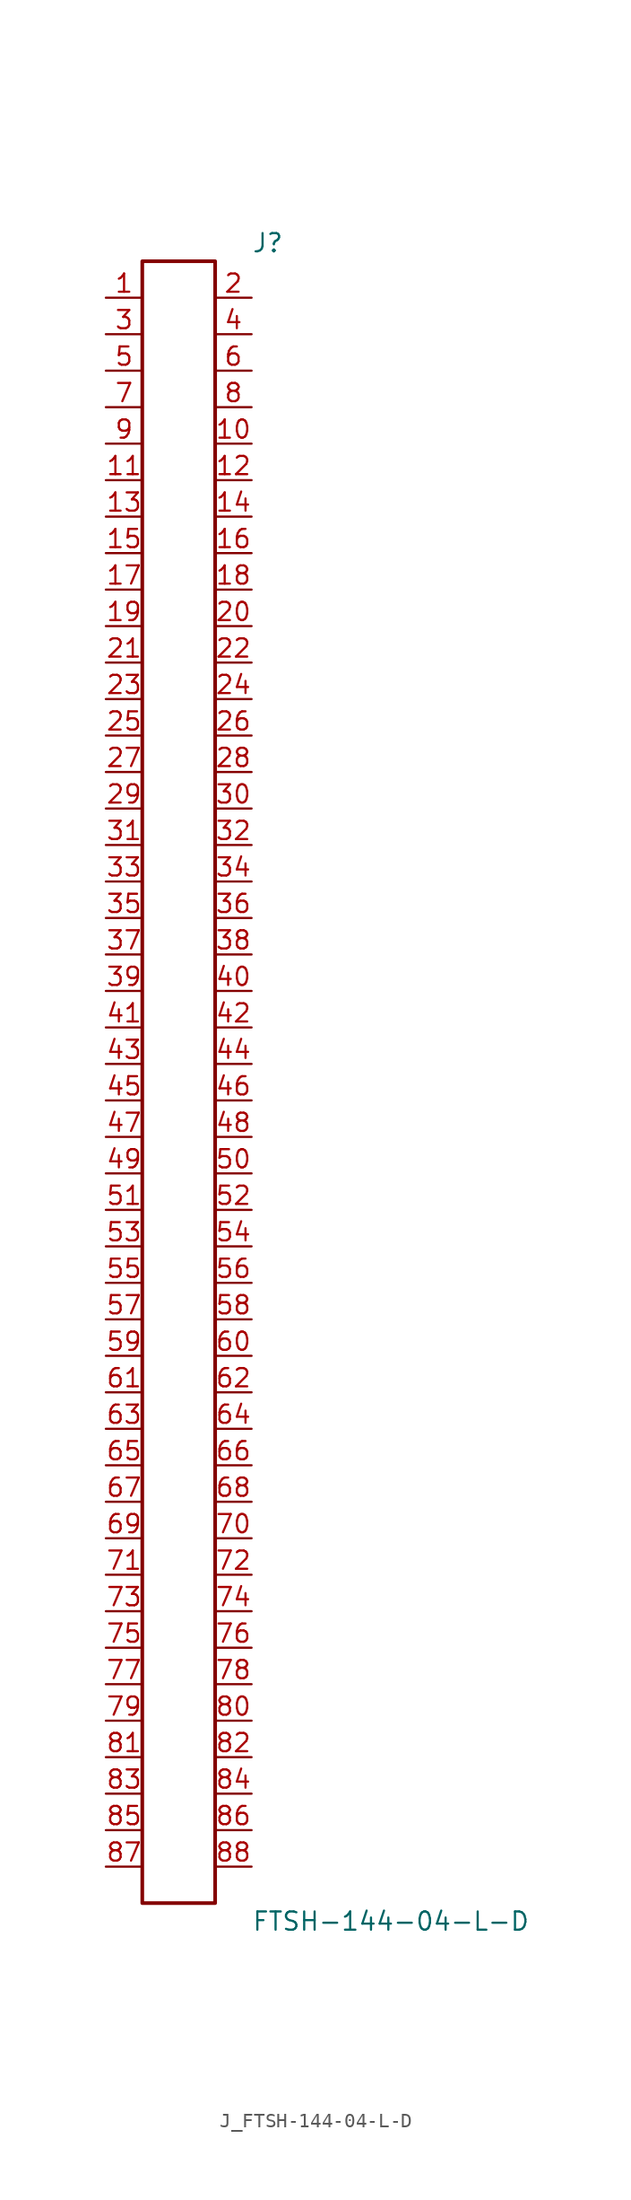
<source format=kicad_sym>
(kicad_symbol_lib
  (version 20231120)
  (generator kicad_symbol_editor)
  (generator_version 8.0)
  (symbol "J_FTSH-144-04-L-D"
    (pin_names
      (offset 0.254))
    (property "Reference" "J"
      (at 5.08 58.42 0)
      (effects (font (size 1.27 1.27)) (justify left)))
    (property "Value" "FTSH-144-04-L-D"
      (at 5.08 -58.42 0)
      (effects (font (size 1.27 1.27)) (justify left)))
    (symbol "J_FTSH-144-04-L-D_0_0"
      (pin passive line (at -5.08 54.61 0) (length 2.54) (name "" (effects (font (size 1.27 1.27)))) (number "1" (effects (font (size 1.27 1.27)))))
      (pin passive line (at 5.08 54.61 180) (length 2.54) (name "" (effects (font (size 1.27 1.27)))) (number "2" (effects (font (size 1.27 1.27)))))
      (pin passive line (at -5.08 52.07 0) (length 2.54) (name "" (effects (font (size 1.27 1.27)))) (number "3" (effects (font (size 1.27 1.27)))))
      (pin passive line (at 5.08 52.07 180) (length 2.54) (name "" (effects (font (size 1.27 1.27)))) (number "4" (effects (font (size 1.27 1.27)))))
      (pin passive line (at -5.08 49.53 0) (length 2.54) (name "" (effects (font (size 1.27 1.27)))) (number "5" (effects (font (size 1.27 1.27)))))
      (pin passive line (at 5.08 49.53 180) (length 2.54) (name "" (effects (font (size 1.27 1.27)))) (number "6" (effects (font (size 1.27 1.27)))))
      (pin passive line (at -5.08 46.99 0) (length 2.54) (name "" (effects (font (size 1.27 1.27)))) (number "7" (effects (font (size 1.27 1.27)))))
      (pin passive line (at 5.08 46.99 180) (length 2.54) (name "" (effects (font (size 1.27 1.27)))) (number "8" (effects (font (size 1.27 1.27)))))
      (pin passive line (at -5.08 44.45 0) (length 2.54) (name "" (effects (font (size 1.27 1.27)))) (number "9" (effects (font (size 1.27 1.27)))))
      (pin passive line (at 5.08 44.45 180) (length 2.54) (name "" (effects (font (size 1.27 1.27)))) (number "10" (effects (font (size 1.27 1.27)))))
      (pin passive line (at -5.08 41.91 0) (length 2.54) (name "" (effects (font (size 1.27 1.27)))) (number "11" (effects (font (size 1.27 1.27)))))
      (pin passive line (at 5.08 41.91 180) (length 2.54) (name "" (effects (font (size 1.27 1.27)))) (number "12" (effects (font (size 1.27 1.27)))))
      (pin passive line (at -5.08 39.37 0) (length 2.54) (name "" (effects (font (size 1.27 1.27)))) (number "13" (effects (font (size 1.27 1.27)))))
      (pin passive line (at 5.08 39.37 180) (length 2.54) (name "" (effects (font (size 1.27 1.27)))) (number "14" (effects (font (size 1.27 1.27)))))
      (pin passive line (at -5.08 36.83 0) (length 2.54) (name "" (effects (font (size 1.27 1.27)))) (number "15" (effects (font (size 1.27 1.27)))))
      (pin passive line (at 5.08 36.83 180) (length 2.54) (name "" (effects (font (size 1.27 1.27)))) (number "16" (effects (font (size 1.27 1.27)))))
      (pin passive line (at -5.08 34.29 0) (length 2.54) (name "" (effects (font (size 1.27 1.27)))) (number "17" (effects (font (size 1.27 1.27)))))
      (pin passive line (at 5.08 34.29 180) (length 2.54) (name "" (effects (font (size 1.27 1.27)))) (number "18" (effects (font (size 1.27 1.27)))))
      (pin passive line (at -5.08 31.75 0) (length 2.54) (name "" (effects (font (size 1.27 1.27)))) (number "19" (effects (font (size 1.27 1.27)))))
      (pin passive line (at 5.08 31.75 180) (length 2.54) (name "" (effects (font (size 1.27 1.27)))) (number "20" (effects (font (size 1.27 1.27)))))
      (pin passive line (at -5.08 29.21 0) (length 2.54) (name "" (effects (font (size 1.27 1.27)))) (number "21" (effects (font (size 1.27 1.27)))))
      (pin passive line (at 5.08 29.21 180) (length 2.54) (name "" (effects (font (size 1.27 1.27)))) (number "22" (effects (font (size 1.27 1.27)))))
      (pin passive line (at -5.08 26.67 0) (length 2.54) (name "" (effects (font (size 1.27 1.27)))) (number "23" (effects (font (size 1.27 1.27)))))
      (pin passive line (at 5.08 26.67 180) (length 2.54) (name "" (effects (font (size 1.27 1.27)))) (number "24" (effects (font (size 1.27 1.27)))))
      (pin passive line (at -5.08 24.13 0) (length 2.54) (name "" (effects (font (size 1.27 1.27)))) (number "25" (effects (font (size 1.27 1.27)))))
      (pin passive line (at 5.08 24.13 180) (length 2.54) (name "" (effects (font (size 1.27 1.27)))) (number "26" (effects (font (size 1.27 1.27)))))
      (pin passive line (at -5.08 21.59 0) (length 2.54) (name "" (effects (font (size 1.27 1.27)))) (number "27" (effects (font (size 1.27 1.27)))))
      (pin passive line (at 5.08 21.59 180) (length 2.54) (name "" (effects (font (size 1.27 1.27)))) (number "28" (effects (font (size 1.27 1.27)))))
      (pin passive line (at -5.08 19.05 0) (length 2.54) (name "" (effects (font (size 1.27 1.27)))) (number "29" (effects (font (size 1.27 1.27)))))
      (pin passive line (at 5.08 19.05 180) (length 2.54) (name "" (effects (font (size 1.27 1.27)))) (number "30" (effects (font (size 1.27 1.27)))))
      (pin passive line (at -5.08 16.51 0) (length 2.54) (name "" (effects (font (size 1.27 1.27)))) (number "31" (effects (font (size 1.27 1.27)))))
      (pin passive line (at 5.08 16.51 180) (length 2.54) (name "" (effects (font (size 1.27 1.27)))) (number "32" (effects (font (size 1.27 1.27)))))
      (pin passive line (at -5.08 13.97 0) (length 2.54) (name "" (effects (font (size 1.27 1.27)))) (number "33" (effects (font (size 1.27 1.27)))))
      (pin passive line (at 5.08 13.97 180) (length 2.54) (name "" (effects (font (size 1.27 1.27)))) (number "34" (effects (font (size 1.27 1.27)))))
      (pin passive line (at -5.08 11.43 0) (length 2.54) (name "" (effects (font (size 1.27 1.27)))) (number "35" (effects (font (size 1.27 1.27)))))
      (pin passive line (at 5.08 11.43 180) (length 2.54) (name "" (effects (font (size 1.27 1.27)))) (number "36" (effects (font (size 1.27 1.27)))))
      (pin passive line (at -5.08 8.89 0) (length 2.54) (name "" (effects (font (size 1.27 1.27)))) (number "37" (effects (font (size 1.27 1.27)))))
      (pin passive line (at 5.08 8.89 180) (length 2.54) (name "" (effects (font (size 1.27 1.27)))) (number "38" (effects (font (size 1.27 1.27)))))
      (pin passive line (at -5.08 6.35 0) (length 2.54) (name "" (effects (font (size 1.27 1.27)))) (number "39" (effects (font (size 1.27 1.27)))))
      (pin passive line (at 5.08 6.35 180) (length 2.54) (name "" (effects (font (size 1.27 1.27)))) (number "40" (effects (font (size 1.27 1.27)))))
      (pin passive line (at -5.08 3.81 0) (length 2.54) (name "" (effects (font (size 1.27 1.27)))) (number "41" (effects (font (size 1.27 1.27)))))
      (pin passive line (at 5.08 3.81 180) (length 2.54) (name "" (effects (font (size 1.27 1.27)))) (number "42" (effects (font (size 1.27 1.27)))))
      (pin passive line (at -5.08 1.27 0) (length 2.54) (name "" (effects (font (size 1.27 1.27)))) (number "43" (effects (font (size 1.27 1.27)))))
      (pin passive line (at 5.08 1.27 180) (length 2.54) (name "" (effects (font (size 1.27 1.27)))) (number "44" (effects (font (size 1.27 1.27)))))
      (pin passive line (at -5.08 -1.27 0) (length 2.54) (name "" (effects (font (size 1.27 1.27)))) (number "45" (effects (font (size 1.27 1.27)))))
      (pin passive line (at 5.08 -1.27 180) (length 2.54) (name "" (effects (font (size 1.27 1.27)))) (number "46" (effects (font (size 1.27 1.27)))))
      (pin passive line (at -5.08 -3.81 0) (length 2.54) (name "" (effects (font (size 1.27 1.27)))) (number "47" (effects (font (size 1.27 1.27)))))
      (pin passive line (at 5.08 -3.81 180) (length 2.54) (name "" (effects (font (size 1.27 1.27)))) (number "48" (effects (font (size 1.27 1.27)))))
      (pin passive line (at -5.08 -6.35 0) (length 2.54) (name "" (effects (font (size 1.27 1.27)))) (number "49" (effects (font (size 1.27 1.27)))))
      (pin passive line (at 5.08 -6.35 180) (length 2.54) (name "" (effects (font (size 1.27 1.27)))) (number "50" (effects (font (size 1.27 1.27)))))
      (pin passive line (at -5.08 -8.89 0) (length 2.54) (name "" (effects (font (size 1.27 1.27)))) (number "51" (effects (font (size 1.27 1.27)))))
      (pin passive line (at 5.08 -8.89 180) (length 2.54) (name "" (effects (font (size 1.27 1.27)))) (number "52" (effects (font (size 1.27 1.27)))))
      (pin passive line (at -5.08 -11.43 0) (length 2.54) (name "" (effects (font (size 1.27 1.27)))) (number "53" (effects (font (size 1.27 1.27)))))
      (pin passive line (at 5.08 -11.43 180) (length 2.54) (name "" (effects (font (size 1.27 1.27)))) (number "54" (effects (font (size 1.27 1.27)))))
      (pin passive line (at -5.08 -13.97 0) (length 2.54) (name "" (effects (font (size 1.27 1.27)))) (number "55" (effects (font (size 1.27 1.27)))))
      (pin passive line (at 5.08 -13.97 180) (length 2.54) (name "" (effects (font (size 1.27 1.27)))) (number "56" (effects (font (size 1.27 1.27)))))
      (pin passive line (at -5.08 -16.51 0) (length 2.54) (name "" (effects (font (size 1.27 1.27)))) (number "57" (effects (font (size 1.27 1.27)))))
      (pin passive line (at 5.08 -16.51 180) (length 2.54) (name "" (effects (font (size 1.27 1.27)))) (number "58" (effects (font (size 1.27 1.27)))))
      (pin passive line (at -5.08 -19.05 0) (length 2.54) (name "" (effects (font (size 1.27 1.27)))) (number "59" (effects (font (size 1.27 1.27)))))
      (pin passive line (at 5.08 -19.05 180) (length 2.54) (name "" (effects (font (size 1.27 1.27)))) (number "60" (effects (font (size 1.27 1.27)))))
      (pin passive line (at -5.08 -21.59 0) (length 2.54) (name "" (effects (font (size 1.27 1.27)))) (number "61" (effects (font (size 1.27 1.27)))))
      (pin passive line (at 5.08 -21.59 180) (length 2.54) (name "" (effects (font (size 1.27 1.27)))) (number "62" (effects (font (size 1.27 1.27)))))
      (pin passive line (at -5.08 -24.13 0) (length 2.54) (name "" (effects (font (size 1.27 1.27)))) (number "63" (effects (font (size 1.27 1.27)))))
      (pin passive line (at 5.08 -24.13 180) (length 2.54) (name "" (effects (font (size 1.27 1.27)))) (number "64" (effects (font (size 1.27 1.27)))))
      (pin passive line (at -5.08 -26.67 0) (length 2.54) (name "" (effects (font (size 1.27 1.27)))) (number "65" (effects (font (size 1.27 1.27)))))
      (pin passive line (at 5.08 -26.67 180) (length 2.54) (name "" (effects (font (size 1.27 1.27)))) (number "66" (effects (font (size 1.27 1.27)))))
      (pin passive line (at -5.08 -29.21 0) (length 2.54) (name "" (effects (font (size 1.27 1.27)))) (number "67" (effects (font (size 1.27 1.27)))))
      (pin passive line (at 5.08 -29.21 180) (length 2.54) (name "" (effects (font (size 1.27 1.27)))) (number "68" (effects (font (size 1.27 1.27)))))
      (pin passive line (at -5.08 -31.75 0) (length 2.54) (name "" (effects (font (size 1.27 1.27)))) (number "69" (effects (font (size 1.27 1.27)))))
      (pin passive line (at 5.08 -31.75 180) (length 2.54) (name "" (effects (font (size 1.27 1.27)))) (number "70" (effects (font (size 1.27 1.27)))))
      (pin passive line (at -5.08 -34.29 0) (length 2.54) (name "" (effects (font (size 1.27 1.27)))) (number "71" (effects (font (size 1.27 1.27)))))
      (pin passive line (at 5.08 -34.29 180) (length 2.54) (name "" (effects (font (size 1.27 1.27)))) (number "72" (effects (font (size 1.27 1.27)))))
      (pin passive line (at -5.08 -36.83 0) (length 2.54) (name "" (effects (font (size 1.27 1.27)))) (number "73" (effects (font (size 1.27 1.27)))))
      (pin passive line (at 5.08 -36.83 180) (length 2.54) (name "" (effects (font (size 1.27 1.27)))) (number "74" (effects (font (size 1.27 1.27)))))
      (pin passive line (at -5.08 -39.37 0) (length 2.54) (name "" (effects (font (size 1.27 1.27)))) (number "75" (effects (font (size 1.27 1.27)))))
      (pin passive line (at 5.08 -39.37 180) (length 2.54) (name "" (effects (font (size 1.27 1.27)))) (number "76" (effects (font (size 1.27 1.27)))))
      (pin passive line (at -5.08 -41.91 0) (length 2.54) (name "" (effects (font (size 1.27 1.27)))) (number "77" (effects (font (size 1.27 1.27)))))
      (pin passive line (at 5.08 -41.91 180) (length 2.54) (name "" (effects (font (size 1.27 1.27)))) (number "78" (effects (font (size 1.27 1.27)))))
      (pin passive line (at -5.08 -44.45 0) (length 2.54) (name "" (effects (font (size 1.27 1.27)))) (number "79" (effects (font (size 1.27 1.27)))))
      (pin passive line (at 5.08 -44.45 180) (length 2.54) (name "" (effects (font (size 1.27 1.27)))) (number "80" (effects (font (size 1.27 1.27)))))
      (pin passive line (at -5.08 -46.99 0) (length 2.54) (name "" (effects (font (size 1.27 1.27)))) (number "81" (effects (font (size 1.27 1.27)))))
      (pin passive line (at 5.08 -46.99 180) (length 2.54) (name "" (effects (font (size 1.27 1.27)))) (number "82" (effects (font (size 1.27 1.27)))))
      (pin passive line (at -5.08 -49.53 0) (length 2.54) (name "" (effects (font (size 1.27 1.27)))) (number "83" (effects (font (size 1.27 1.27)))))
      (pin passive line (at 5.08 -49.53 180) (length 2.54) (name "" (effects (font (size 1.27 1.27)))) (number "84" (effects (font (size 1.27 1.27)))))
      (pin passive line (at -5.08 -52.07 0) (length 2.54) (name "" (effects (font (size 1.27 1.27)))) (number "85" (effects (font (size 1.27 1.27)))))
      (pin passive line (at 5.08 -52.07 180) (length 2.54) (name "" (effects (font (size 1.27 1.27)))) (number "86" (effects (font (size 1.27 1.27)))))
      (pin passive line (at -5.08 -54.61 0) (length 2.54) (name "" (effects (font (size 1.27 1.27)))) (number "87" (effects (font (size 1.27 1.27)))))
      (pin passive line (at 5.08 -54.61 180) (length 2.54) (name "" (effects (font (size 1.27 1.27)))) (number "88" (effects (font (size 1.27 1.27))))))
    (symbol "J_FTSH-144-04-L-D_1_0"
      (rectangle (start -2.54 57.15) (end 2.54 -57.15) (stroke (width 0.254) (type solid)) (fill (type none))))))
</source>
